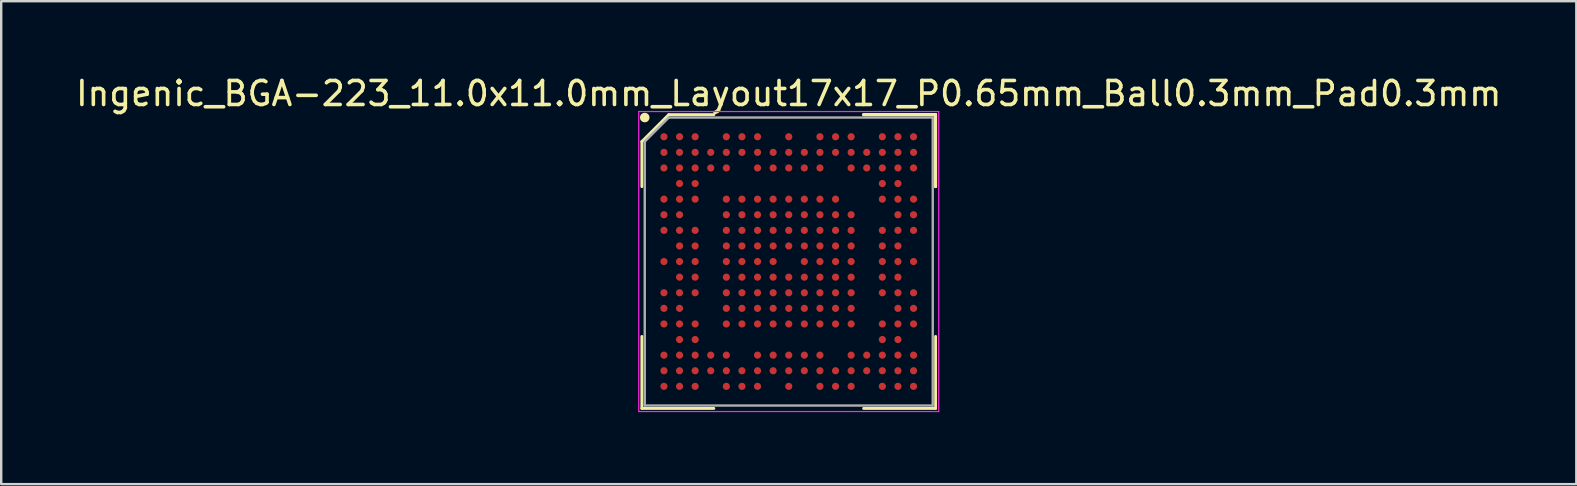
<source format=kicad_pcb>
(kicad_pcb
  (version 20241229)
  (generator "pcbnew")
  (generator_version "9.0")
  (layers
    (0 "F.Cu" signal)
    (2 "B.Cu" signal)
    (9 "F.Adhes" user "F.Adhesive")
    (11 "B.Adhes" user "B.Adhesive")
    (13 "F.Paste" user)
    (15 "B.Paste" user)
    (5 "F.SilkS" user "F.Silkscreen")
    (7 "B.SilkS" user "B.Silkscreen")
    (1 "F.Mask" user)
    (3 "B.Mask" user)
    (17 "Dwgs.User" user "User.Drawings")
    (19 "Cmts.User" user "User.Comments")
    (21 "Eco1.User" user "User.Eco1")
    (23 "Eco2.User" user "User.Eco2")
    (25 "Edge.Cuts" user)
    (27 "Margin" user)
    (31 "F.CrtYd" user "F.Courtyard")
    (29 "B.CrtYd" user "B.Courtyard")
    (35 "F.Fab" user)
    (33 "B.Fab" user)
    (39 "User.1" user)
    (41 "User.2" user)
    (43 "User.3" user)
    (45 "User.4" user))
  (footprint "Ingenic_BGA-223_11.0x11.0mm_Layout17x17_P0.65mm_Ball0.3mm_Pad0.3mm"
    (layer "F.Cu")
    (at 29.815 7.848)
    (property "Reference" "Ingenic_BGA-223_11.0x11.0mm_Layout17x17_P0.65mm_Ball0.3mm_Pad0.3mm" (at 0 -7 0) (layer "F.SilkS") (effects (font (size 1 1) (thickness 0.15))))
    (attr smd)
    (fp_line (start -6.12 -5) (end -6.12 -3.12) (stroke (width 0.12) (type solid)) (layer "F.SilkS"))
    (fp_line (start -6.12 6.12) (end -6.12 3.12) (stroke (width 0.12) (type solid)) (layer "F.SilkS"))
    (fp_line (start -5 -6.12) (end -6.12 -5) (stroke (width 0.12) (type solid)) (layer "F.SilkS"))
    (fp_line (start -3.12 -6.12) (end -5 -6.12) (stroke (width 0.12) (type solid)) (layer "F.SilkS"))
    (fp_line (start -3.12 6.12) (end -6.12 6.12) (stroke (width 0.12) (type solid)) (layer "F.SilkS"))
    (fp_line (start 3.12 -6.12) (end 6.12 -6.12) (stroke (width 0.12) (type solid)) (layer "F.SilkS"))
    (fp_line (start 3.12 -6.12) (end 6.12 -6.12) (stroke (width 0.12) (type solid)) (layer "F.SilkS"))
    (fp_line (start 3.12 -6.12) (end 6.12 -6.12) (stroke (width 0.12) (type solid)) (layer "F.SilkS"))
    (fp_line (start 3.12 6.12) (end 6.12 6.12) (stroke (width 0.12) (type solid)) (layer "F.SilkS"))
    (fp_line (start 6.12 -6.12) (end 6.12 -3.12) (stroke (width 0.12) (type solid)) (layer "F.SilkS"))
    (fp_line (start 6.12 -6.12) (end 6.12 -3.12) (stroke (width 0.12) (type solid)) (layer "F.SilkS"))
    (fp_line (start 6.12 -6.12) (end 6.12 -3.12) (stroke (width 0.12) (type solid)) (layer "F.SilkS"))
    (fp_line (start 6.12 6.12) (end 6.12 3.12) (stroke (width 0.12) (type solid)) (layer "F.SilkS"))
    (fp_circle (center -6 -6) (end -6 -5.9) (stroke (width 0.2) (type solid)) (fill no) (layer "F.SilkS"))
    (fp_line (start -6.25 -6.25) (end 6.25 -6.25) (stroke (width 0.05) (type solid)) (layer "F.CrtYd"))
    (fp_line (start -6.25 6.25) (end -6.25 -6.25) (stroke (width 0.05) (type solid)) (layer "F.CrtYd"))
    (fp_line (start 6.25 -6.25) (end 6.25 6.25) (stroke (width 0.05) (type solid)) (layer "F.CrtYd"))
    (fp_line (start 6.25 6.25) (end -6.25 6.25) (stroke (width 0.05) (type solid)) (layer "F.CrtYd"))
    (fp_line (start -6 -5) (end -6 6) (stroke (width 0.1) (type solid)) (layer "F.Fab"))
    (fp_line (start -6 6) (end 6 6) (stroke (width 0.1) (type solid)) (layer "F.Fab"))
    (fp_line (start -5 -6) (end -6 -5) (stroke (width 0.1) (type solid)) (layer "F.Fab"))
    (fp_line (start 6 -6) (end -5 -6) (stroke (width 0.1) (type solid)) (layer "F.Fab"))
    (fp_line (start 6 6) (end 6 -6) (stroke (width 0.1) (type solid)) (layer "F.Fab"))
    (pad "A1" smd circle (at -5.2 -5.2) (size 0.3 0.3) (layers "F.Cu" "F.Mask" "F.Paste"))
    (pad "A2" smd circle (at -4.55 -5.2) (size 0.3 0.3) (layers "F.Cu" "F.Mask" "F.Paste"))
    (pad "A3" smd circle (at -3.9 -5.2) (size 0.3 0.3) (layers "F.Cu" "F.Mask" "F.Paste"))
    (pad "A5" smd circle (at -2.6 -5.2) (size 0.3 0.3) (layers "F.Cu" "F.Mask" "F.Paste"))
    (pad "A6" smd circle (at -1.95 -5.2) (size 0.3 0.3) (layers "F.Cu" "F.Mask" "F.Paste"))
    (pad "A7" smd circle (at -1.3 -5.2) (size 0.3 0.3) (layers "F.Cu" "F.Mask" "F.Paste"))
    (pad "A9" smd circle (at 0 -5.2) (size 0.3 0.3) (layers "F.Cu" "F.Mask" "F.Paste"))
    (pad "A11" smd circle (at 1.3 -5.2) (size 0.3 0.3) (layers "F.Cu" "F.Mask" "F.Paste"))
    (pad "A12" smd circle (at 1.95 -5.2) (size 0.3 0.3) (layers "F.Cu" "F.Mask" "F.Paste"))
    (pad "A13" smd circle (at 2.6 -5.2) (size 0.3 0.3) (layers "F.Cu" "F.Mask" "F.Paste"))
    (pad "A15" smd circle (at 3.9 -5.2) (size 0.3 0.3) (layers "F.Cu" "F.Mask" "F.Paste"))
    (pad "A16" smd circle (at 4.55 -5.2) (size 0.3 0.3) (layers "F.Cu" "F.Mask" "F.Paste"))
    (pad "A17" smd circle (at 5.2 -5.2) (size 0.3 0.3) (layers "F.Cu" "F.Mask" "F.Paste"))
    (pad "B1" smd circle (at -5.2 -4.55) (size 0.3 0.3) (layers "F.Cu" "F.Mask" "F.Paste"))
    (pad "B2" smd circle (at -4.55 -4.55) (size 0.3 0.3) (layers "F.Cu" "F.Mask" "F.Paste"))
    (pad "B3" smd circle (at -3.9 -4.55) (size 0.3 0.3) (layers "F.Cu" "F.Mask" "F.Paste"))
    (pad "B4" smd circle (at -3.25 -4.55) (size 0.3 0.3) (layers "F.Cu" "F.Mask" "F.Paste"))
    (pad "B5" smd circle (at -2.6 -4.55) (size 0.3 0.3) (layers "F.Cu" "F.Mask" "F.Paste"))
    (pad "B6" smd circle (at -1.95 -4.55) (size 0.3 0.3) (layers "F.Cu" "F.Mask" "F.Paste"))
    (pad "B7" smd circle (at -1.3 -4.55) (size 0.3 0.3) (layers "F.Cu" "F.Mask" "F.Paste"))
    (pad "B8" smd circle (at -0.65 -4.55) (size 0.3 0.3) (layers "F.Cu" "F.Mask" "F.Paste"))
    (pad "B9" smd circle (at 0 -4.55) (size 0.3 0.3) (layers "F.Cu" "F.Mask" "F.Paste"))
    (pad "B10" smd circle (at 0.65 -4.55) (size 0.3 0.3) (layers "F.Cu" "F.Mask" "F.Paste"))
    (pad "B11" smd circle (at 1.3 -4.55) (size 0.3 0.3) (layers "F.Cu" "F.Mask" "F.Paste"))
    (pad "B12" smd circle (at 1.95 -4.55) (size 0.3 0.3) (layers "F.Cu" "F.Mask" "F.Paste"))
    (pad "B13" smd circle (at 2.6 -4.55) (size 0.3 0.3) (layers "F.Cu" "F.Mask" "F.Paste"))
    (pad "B14" smd circle (at 3.25 -4.55) (size 0.3 0.3) (layers "F.Cu" "F.Mask" "F.Paste"))
    (pad "B15" smd circle (at 3.9 -4.55) (size 0.3 0.3) (layers "F.Cu" "F.Mask" "F.Paste"))
    (pad "B16" smd circle (at 4.55 -4.55) (size 0.3 0.3) (layers "F.Cu" "F.Mask" "F.Paste"))
    (pad "B17" smd circle (at 5.2 -4.55) (size 0.3 0.3) (layers "F.Cu" "F.Mask" "F.Paste"))
    (pad "C1" smd circle (at -5.2 -3.9) (size 0.3 0.3) (layers "F.Cu" "F.Mask" "F.Paste"))
    (pad "C2" smd circle (at -4.55 -3.9) (size 0.3 0.3) (layers "F.Cu" "F.Mask" "F.Paste"))
    (pad "C3" smd circle (at -3.9 -3.9) (size 0.3 0.3) (layers "F.Cu" "F.Mask" "F.Paste"))
    (pad "C4" smd circle (at -3.25 -3.9) (size 0.3 0.3) (layers "F.Cu" "F.Mask" "F.Paste"))
    (pad "C5" smd circle (at -2.6 -3.9) (size 0.3 0.3) (layers "F.Cu" "F.Mask" "F.Paste"))
    (pad "C7" smd circle (at -1.3 -3.9) (size 0.3 0.3) (layers "F.Cu" "F.Mask" "F.Paste"))
    (pad "C8" smd circle (at -0.65 -3.9) (size 0.3 0.3) (layers "F.Cu" "F.Mask" "F.Paste"))
    (pad "C9" smd circle (at 0 -3.9) (size 0.3 0.3) (layers "F.Cu" "F.Mask" "F.Paste"))
    (pad "C10" smd circle (at 0.65 -3.9) (size 0.3 0.3) (layers "F.Cu" "F.Mask" "F.Paste"))
    (pad "C11" smd circle (at 1.3 -3.9) (size 0.3 0.3) (layers "F.Cu" "F.Mask" "F.Paste"))
    (pad "C13" smd circle (at 2.6 -3.9) (size 0.3 0.3) (layers "F.Cu" "F.Mask" "F.Paste"))
    (pad "C14" smd circle (at 3.25 -3.9) (size 0.3 0.3) (layers "F.Cu" "F.Mask" "F.Paste"))
    (pad "C15" smd circle (at 3.9 -3.9) (size 0.3 0.3) (layers "F.Cu" "F.Mask" "F.Paste"))
    (pad "C16" smd circle (at 4.55 -3.9) (size 0.3 0.3) (layers "F.Cu" "F.Mask" "F.Paste"))
    (pad "C17" smd circle (at 5.2 -3.9) (size 0.3 0.3) (layers "F.Cu" "F.Mask" "F.Paste"))
    (pad "D2" smd circle (at -4.55 -3.25) (size 0.3 0.3) (layers "F.Cu" "F.Mask" "F.Paste"))
    (pad "D3" smd circle (at -3.9 -3.25) (size 0.3 0.3) (layers "F.Cu" "F.Mask" "F.Paste"))
    (pad "D15" smd circle (at 3.9 -3.25) (size 0.3 0.3) (layers "F.Cu" "F.Mask" "F.Paste"))
    (pad "D16" smd circle (at 4.55 -3.25) (size 0.3 0.3) (layers "F.Cu" "F.Mask" "F.Paste"))
    (pad "E1" smd circle (at -5.2 -2.6) (size 0.3 0.3) (layers "F.Cu" "F.Mask" "F.Paste"))
    (pad "E2" smd circle (at -4.55 -2.6) (size 0.3 0.3) (layers "F.Cu" "F.Mask" "F.Paste"))
    (pad "E3" smd circle (at -3.9 -2.6) (size 0.3 0.3) (layers "F.Cu" "F.Mask" "F.Paste"))
    (pad "E5" smd circle (at -2.6 -2.6) (size 0.3 0.3) (layers "F.Cu" "F.Mask" "F.Paste"))
    (pad "E6" smd circle (at -1.95 -2.6) (size 0.3 0.3) (layers "F.Cu" "F.Mask" "F.Paste"))
    (pad "E7" smd circle (at -1.3 -2.6) (size 0.3 0.3) (layers "F.Cu" "F.Mask" "F.Paste"))
    (pad "E8" smd circle (at -0.65 -2.6) (size 0.3 0.3) (layers "F.Cu" "F.Mask" "F.Paste"))
    (pad "E9" smd circle (at 0 -2.6) (size 0.3 0.3) (layers "F.Cu" "F.Mask" "F.Paste"))
    (pad "E10" smd circle (at 0.65 -2.6) (size 0.3 0.3) (layers "F.Cu" "F.Mask" "F.Paste"))
    (pad "E11" smd circle (at 1.3 -2.6) (size 0.3 0.3) (layers "F.Cu" "F.Mask" "F.Paste"))
    (pad "E12" smd circle (at 1.95 -2.6) (size 0.3 0.3) (layers "F.Cu" "F.Mask" "F.Paste"))
    (pad "E15" smd circle (at 3.9 -2.6) (size 0.3 0.3) (layers "F.Cu" "F.Mask" "F.Paste"))
    (pad "E16" smd circle (at 4.55 -2.6) (size 0.3 0.3) (layers "F.Cu" "F.Mask" "F.Paste"))
    (pad "E17" smd circle (at 5.2 -2.6) (size 0.3 0.3) (layers "F.Cu" "F.Mask" "F.Paste"))
    (pad "F1" smd circle (at -5.2 -1.95) (size 0.3 0.3) (layers "F.Cu" "F.Mask" "F.Paste"))
    (pad "F2" smd circle (at -4.55 -1.95) (size 0.3 0.3) (layers "F.Cu" "F.Mask" "F.Paste"))
    (pad "F5" smd circle (at -2.6 -1.95) (size 0.3 0.3) (layers "F.Cu" "F.Mask" "F.Paste"))
    (pad "F6" smd circle (at -1.95 -1.95) (size 0.3 0.3) (layers "F.Cu" "F.Mask" "F.Paste"))
    (pad "F7" smd circle (at -1.3 -1.95) (size 0.3 0.3) (layers "F.Cu" "F.Mask" "F.Paste"))
    (pad "F8" smd circle (at -0.65 -1.95) (size 0.3 0.3) (layers "F.Cu" "F.Mask" "F.Paste"))
    (pad "F9" smd circle (at 0 -1.95) (size 0.3 0.3) (layers "F.Cu" "F.Mask" "F.Paste"))
    (pad "F10" smd circle (at 0.65 -1.95) (size 0.3 0.3) (layers "F.Cu" "F.Mask" "F.Paste"))
    (pad "F11" smd circle (at 1.3 -1.95) (size 0.3 0.3) (layers "F.Cu" "F.Mask" "F.Paste"))
    (pad "F12" smd circle (at 1.95 -1.95) (size 0.3 0.3) (layers "F.Cu" "F.Mask" "F.Paste"))
    (pad "F13" smd circle (at 2.6 -1.95) (size 0.3 0.3) (layers "F.Cu" "F.Mask" "F.Paste"))
    (pad "F16" smd circle (at 4.55 -1.95) (size 0.3 0.3) (layers "F.Cu" "F.Mask" "F.Paste"))
    (pad "F17" smd circle (at 5.2 -1.95) (size 0.3 0.3) (layers "F.Cu" "F.Mask" "F.Paste"))
    (pad "G1" smd circle (at -5.2 -1.3) (size 0.3 0.3) (layers "F.Cu" "F.Mask" "F.Paste"))
    (pad "G2" smd circle (at -4.55 -1.3) (size 0.3 0.3) (layers "F.Cu" "F.Mask" "F.Paste"))
    (pad "G3" smd circle (at -3.9 -1.3) (size 0.3 0.3) (layers "F.Cu" "F.Mask" "F.Paste"))
    (pad "G5" smd circle (at -2.6 -1.3) (size 0.3 0.3) (layers "F.Cu" "F.Mask" "F.Paste"))
    (pad "G6" smd circle (at -1.95 -1.3) (size 0.3 0.3) (layers "F.Cu" "F.Mask" "F.Paste"))
    (pad "G7" smd circle (at -1.3 -1.3) (size 0.3 0.3) (layers "F.Cu" "F.Mask" "F.Paste"))
    (pad "G8" smd circle (at -0.65 -1.3) (size 0.3 0.3) (layers "F.Cu" "F.Mask" "F.Paste"))
    (pad "G9" smd circle (at 0 -1.3) (size 0.3 0.3) (layers "F.Cu" "F.Mask" "F.Paste"))
    (pad "G10" smd circle (at 0.65 -1.3) (size 0.3 0.3) (layers "F.Cu" "F.Mask" "F.Paste"))
    (pad "G11" smd circle (at 1.3 -1.3) (size 0.3 0.3) (layers "F.Cu" "F.Mask" "F.Paste"))
    (pad "G12" smd circle (at 1.95 -1.3) (size 0.3 0.3) (layers "F.Cu" "F.Mask" "F.Paste"))
    (pad "G13" smd circle (at 2.6 -1.3) (size 0.3 0.3) (layers "F.Cu" "F.Mask" "F.Paste"))
    (pad "G15" smd circle (at 3.9 -1.3) (size 0.3 0.3) (layers "F.Cu" "F.Mask" "F.Paste"))
    (pad "G16" smd circle (at 4.55 -1.3) (size 0.3 0.3) (layers "F.Cu" "F.Mask" "F.Paste"))
    (pad "G17" smd circle (at 5.2 -1.3) (size 0.3 0.3) (layers "F.Cu" "F.Mask" "F.Paste"))
    (pad "H2" smd circle (at -4.55 -0.65) (size 0.3 0.3) (layers "F.Cu" "F.Mask" "F.Paste"))
    (pad "H3" smd circle (at -3.9 -0.65) (size 0.3 0.3) (layers "F.Cu" "F.Mask" "F.Paste"))
    (pad "H5" smd circle (at -2.6 -0.65) (size 0.3 0.3) (layers "F.Cu" "F.Mask" "F.Paste"))
    (pad "H6" smd circle (at -1.95 -0.65) (size 0.3 0.3) (layers "F.Cu" "F.Mask" "F.Paste"))
    (pad "H7" smd circle (at -1.3 -0.65) (size 0.3 0.3) (layers "F.Cu" "F.Mask" "F.Paste"))
    (pad "H8" smd circle (at -0.65 -0.65) (size 0.3 0.3) (layers "F.Cu" "F.Mask" "F.Paste"))
    (pad "H9" smd circle (at 0 -0.65) (size 0.3 0.3) (layers "F.Cu" "F.Mask" "F.Paste"))
    (pad "H10" smd circle (at 0.65 -0.65) (size 0.3 0.3) (layers "F.Cu" "F.Mask" "F.Paste"))
    (pad "H11" smd circle (at 1.3 -0.65) (size 0.3 0.3) (layers "F.Cu" "F.Mask" "F.Paste"))
    (pad "H12" smd circle (at 1.95 -0.65) (size 0.3 0.3) (layers "F.Cu" "F.Mask" "F.Paste"))
    (pad "H13" smd circle (at 2.6 -0.65) (size 0.3 0.3) (layers "F.Cu" "F.Mask" "F.Paste"))
    (pad "H15" smd circle (at 3.9 -0.65) (size 0.3 0.3) (layers "F.Cu" "F.Mask" "F.Paste"))
    (pad "H16" smd circle (at 4.55 -0.65) (size 0.3 0.3) (layers "F.Cu" "F.Mask" "F.Paste"))
    (pad "J1" smd circle (at -5.2 0) (size 0.3 0.3) (layers "F.Cu" "F.Mask" "F.Paste"))
    (pad "J2" smd circle (at -4.55 0) (size 0.3 0.3) (layers "F.Cu" "F.Mask" "F.Paste"))
    (pad "J3" smd circle (at -3.9 0) (size 0.3 0.3) (layers "F.Cu" "F.Mask" "F.Paste"))
    (pad "J5" smd circle (at -2.6 0) (size 0.3 0.3) (layers "F.Cu" "F.Mask" "F.Paste"))
    (pad "J6" smd circle (at -1.95 0) (size 0.3 0.3) (layers "F.Cu" "F.Mask" "F.Paste"))
    (pad "J7" smd circle (at -1.3 0) (size 0.3 0.3) (layers "F.Cu" "F.Mask" "F.Paste"))
    (pad "J8" smd circle (at -0.65 0) (size 0.3 0.3) (layers "F.Cu" "F.Mask" "F.Paste"))
    (pad "J10" smd circle (at 0.65 0) (size 0.3 0.3) (layers "F.Cu" "F.Mask" "F.Paste"))
    (pad "J11" smd circle (at 1.3 0) (size 0.3 0.3) (layers "F.Cu" "F.Mask" "F.Paste"))
    (pad "J12" smd circle (at 1.95 0) (size 0.3 0.3) (layers "F.Cu" "F.Mask" "F.Paste"))
    (pad "J13" smd circle (at 2.6 0) (size 0.3 0.3) (layers "F.Cu" "F.Mask" "F.Paste"))
    (pad "J15" smd circle (at 3.9 0) (size 0.3 0.3) (layers "F.Cu" "F.Mask" "F.Paste"))
    (pad "J16" smd circle (at 4.55 0) (size 0.3 0.3) (layers "F.Cu" "F.Mask" "F.Paste"))
    (pad "J17" smd circle (at 5.2 0) (size 0.3 0.3) (layers "F.Cu" "F.Mask" "F.Paste"))
    (pad "K2" smd circle (at -4.55 0.65) (size 0.3 0.3) (layers "F.Cu" "F.Mask" "F.Paste"))
    (pad "K3" smd circle (at -3.9 0.65) (size 0.3 0.3) (layers "F.Cu" "F.Mask" "F.Paste"))
    (pad "K5" smd circle (at -2.6 0.65) (size 0.3 0.3) (layers "F.Cu" "F.Mask" "F.Paste"))
    (pad "K6" smd circle (at -1.95 0.65) (size 0.3 0.3) (layers "F.Cu" "F.Mask" "F.Paste"))
    (pad "K7" smd circle (at -1.3 0.65) (size 0.3 0.3) (layers "F.Cu" "F.Mask" "F.Paste"))
    (pad "K8" smd circle (at -0.65 0.65) (size 0.3 0.3) (layers "F.Cu" "F.Mask" "F.Paste"))
    (pad "K9" smd circle (at 0 0.65) (size 0.3 0.3) (layers "F.Cu" "F.Mask" "F.Paste"))
    (pad "K10" smd circle (at 0.65 0.65) (size 0.3 0.3) (layers "F.Cu" "F.Mask" "F.Paste"))
    (pad "K11" smd circle (at 1.3 0.65) (size 0.3 0.3) (layers "F.Cu" "F.Mask" "F.Paste"))
    (pad "K12" smd circle (at 1.95 0.65) (size 0.3 0.3) (layers "F.Cu" "F.Mask" "F.Paste"))
    (pad "K13" smd circle (at 2.6 0.65) (size 0.3 0.3) (layers "F.Cu" "F.Mask" "F.Paste"))
    (pad "K15" smd circle (at 3.9 0.65) (size 0.3 0.3) (layers "F.Cu" "F.Mask" "F.Paste"))
    (pad "K16" smd circle (at 4.55 0.65) (size 0.3 0.3) (layers "F.Cu" "F.Mask" "F.Paste"))
    (pad "L1" smd circle (at -5.2 1.3) (size 0.3 0.3) (layers "F.Cu" "F.Mask" "F.Paste"))
    (pad "L2" smd circle (at -4.55 1.3) (size 0.3 0.3) (layers "F.Cu" "F.Mask" "F.Paste"))
    (pad "L3" smd circle (at -3.9 1.3) (size 0.3 0.3) (layers "F.Cu" "F.Mask" "F.Paste"))
    (pad "L5" smd circle (at -2.6 1.3) (size 0.3 0.3) (layers "F.Cu" "F.Mask" "F.Paste"))
    (pad "L6" smd circle (at -1.95 1.3) (size 0.3 0.3) (layers "F.Cu" "F.Mask" "F.Paste"))
    (pad "L7" smd circle (at -1.3 1.3) (size 0.3 0.3) (layers "F.Cu" "F.Mask" "F.Paste"))
    (pad "L8" smd circle (at -0.65 1.3) (size 0.3 0.3) (layers "F.Cu" "F.Mask" "F.Paste"))
    (pad "L9" smd circle (at 0 1.3) (size 0.3 0.3) (layers "F.Cu" "F.Mask" "F.Paste"))
    (pad "L10" smd circle (at 0.65 1.3) (size 0.3 0.3) (layers "F.Cu" "F.Mask" "F.Paste"))
    (pad "L11" smd circle (at 1.3 1.3) (size 0.3 0.3) (layers "F.Cu" "F.Mask" "F.Paste"))
    (pad "L12" smd circle (at 1.95 1.3) (size 0.3 0.3) (layers "F.Cu" "F.Mask" "F.Paste"))
    (pad "L13" smd circle (at 2.6 1.3) (size 0.3 0.3) (layers "F.Cu" "F.Mask" "F.Paste"))
    (pad "L15" smd circle (at 3.9 1.3) (size 0.3 0.3) (layers "F.Cu" "F.Mask" "F.Paste"))
    (pad "L16" smd circle (at 4.55 1.3) (size 0.3 0.3) (layers "F.Cu" "F.Mask" "F.Paste"))
    (pad "L17" smd circle (at 5.2 1.3) (size 0.3 0.3) (layers "F.Cu" "F.Mask" "F.Paste"))
    (pad "M1" smd circle (at -5.2 1.95) (size 0.3 0.3) (layers "F.Cu" "F.Mask" "F.Paste"))
    (pad "M2" smd circle (at -4.55 1.95) (size 0.3 0.3) (layers "F.Cu" "F.Mask" "F.Paste"))
    (pad "M5" smd circle (at -2.6 1.95) (size 0.3 0.3) (layers "F.Cu" "F.Mask" "F.Paste"))
    (pad "M6" smd circle (at -1.95 1.95) (size 0.3 0.3) (layers "F.Cu" "F.Mask" "F.Paste"))
    (pad "M7" smd circle (at -1.3 1.95) (size 0.3 0.3) (layers "F.Cu" "F.Mask" "F.Paste"))
    (pad "M8" smd circle (at -0.65 1.95) (size 0.3 0.3) (layers "F.Cu" "F.Mask" "F.Paste"))
    (pad "M9" smd circle (at 0 1.95) (size 0.3 0.3) (layers "F.Cu" "F.Mask" "F.Paste"))
    (pad "M10" smd circle (at 0.65 1.95) (size 0.3 0.3) (layers "F.Cu" "F.Mask" "F.Paste"))
    (pad "M11" smd circle (at 1.3 1.95) (size 0.3 0.3) (layers "F.Cu" "F.Mask" "F.Paste"))
    (pad "M12" smd circle (at 1.95 1.95) (size 0.3 0.3) (layers "F.Cu" "F.Mask" "F.Paste"))
    (pad "M13" smd circle (at 2.6 1.95) (size 0.3 0.3) (layers "F.Cu" "F.Mask" "F.Paste"))
    (pad "M16" smd circle (at 4.55 1.95) (size 0.3 0.3) (layers "F.Cu" "F.Mask" "F.Paste"))
    (pad "M17" smd circle (at 5.2 1.95) (size 0.3 0.3) (layers "F.Cu" "F.Mask" "F.Paste"))
    (pad "N1" smd circle (at -5.2 2.6) (size 0.3 0.3) (layers "F.Cu" "F.Mask" "F.Paste"))
    (pad "N2" smd circle (at -4.55 2.6) (size 0.3 0.3) (layers "F.Cu" "F.Mask" "F.Paste"))
    (pad "N3" smd circle (at -3.9 2.6) (size 0.3 0.3) (layers "F.Cu" "F.Mask" "F.Paste"))
    (pad "N5" smd circle (at -2.6 2.6) (size 0.3 0.3) (layers "F.Cu" "F.Mask" "F.Paste"))
    (pad "N6" smd circle (at -1.95 2.6) (size 0.3 0.3) (layers "F.Cu" "F.Mask" "F.Paste"))
    (pad "N7" smd circle (at -1.3 2.6) (size 0.3 0.3) (layers "F.Cu" "F.Mask" "F.Paste"))
    (pad "N8" smd circle (at -0.65 2.6) (size 0.3 0.3) (layers "F.Cu" "F.Mask" "F.Paste"))
    (pad "N9" smd circle (at 0 2.6) (size 0.3 0.3) (layers "F.Cu" "F.Mask" "F.Paste"))
    (pad "N10" smd circle (at 0.65 2.6) (size 0.3 0.3) (layers "F.Cu" "F.Mask" "F.Paste"))
    (pad "N11" smd circle (at 1.3 2.6) (size 0.3 0.3) (layers "F.Cu" "F.Mask" "F.Paste"))
    (pad "N12" smd circle (at 1.95 2.6) (size 0.3 0.3) (layers "F.Cu" "F.Mask" "F.Paste"))
    (pad "N13" smd circle (at 2.6 2.6) (size 0.3 0.3) (layers "F.Cu" "F.Mask" "F.Paste"))
    (pad "N15" smd circle (at 3.9 2.6) (size 0.3 0.3) (layers "F.Cu" "F.Mask" "F.Paste"))
    (pad "N16" smd circle (at 4.55 2.6) (size 0.3 0.3) (layers "F.Cu" "F.Mask" "F.Paste"))
    (pad "N17" smd circle (at 5.2 2.6) (size 0.3 0.3) (layers "F.Cu" "F.Mask" "F.Paste"))
    (pad "P2" smd circle (at -4.55 3.25) (size 0.3 0.3) (layers "F.Cu" "F.Mask" "F.Paste"))
    (pad "P3" smd circle (at -3.9 3.25) (size 0.3 0.3) (layers "F.Cu" "F.Mask" "F.Paste"))
    (pad "P15" smd circle (at 3.9 3.25) (size 0.3 0.3) (layers "F.Cu" "F.Mask" "F.Paste"))
    (pad "P16" smd circle (at 4.55 3.25) (size 0.3 0.3) (layers "F.Cu" "F.Mask" "F.Paste"))
    (pad "R1" smd circle (at -5.2 3.9) (size 0.3 0.3) (layers "F.Cu" "F.Mask" "F.Paste"))
    (pad "R2" smd circle (at -4.55 3.9) (size 0.3 0.3) (layers "F.Cu" "F.Mask" "F.Paste"))
    (pad "R3" smd circle (at -3.9 3.9) (size 0.3 0.3) (layers "F.Cu" "F.Mask" "F.Paste"))
    (pad "R4" smd circle (at -3.25 3.9) (size 0.3 0.3) (layers "F.Cu" "F.Mask" "F.Paste"))
    (pad "R5" smd circle (at -2.6 3.9) (size 0.3 0.3) (layers "F.Cu" "F.Mask" "F.Paste"))
    (pad "R7" smd circle (at -1.3 3.9) (size 0.3 0.3) (layers "F.Cu" "F.Mask" "F.Paste"))
    (pad "R8" smd circle (at -0.65 3.9) (size 0.3 0.3) (layers "F.Cu" "F.Mask" "F.Paste"))
    (pad "R9" smd circle (at 0 3.9) (size 0.3 0.3) (layers "F.Cu" "F.Mask" "F.Paste"))
    (pad "R10" smd circle (at 0.65 3.9) (size 0.3 0.3) (layers "F.Cu" "F.Mask" "F.Paste"))
    (pad "R11" smd circle (at 1.3 3.9) (size 0.3 0.3) (layers "F.Cu" "F.Mask" "F.Paste"))
    (pad "R13" smd circle (at 2.6 3.9) (size 0.3 0.3) (layers "F.Cu" "F.Mask" "F.Paste"))
    (pad "R14" smd circle (at 3.25 3.9) (size 0.3 0.3) (layers "F.Cu" "F.Mask" "F.Paste"))
    (pad "R15" smd circle (at 3.9 3.9) (size 0.3 0.3) (layers "F.Cu" "F.Mask" "F.Paste"))
    (pad "R16" smd circle (at 4.55 3.9) (size 0.3 0.3) (layers "F.Cu" "F.Mask" "F.Paste"))
    (pad "R17" smd circle (at 5.2 3.9) (size 0.3 0.3) (layers "F.Cu" "F.Mask" "F.Paste"))
    (pad "T1" smd circle (at -5.2 4.55) (size 0.3 0.3) (layers "F.Cu" "F.Mask" "F.Paste"))
    (pad "T2" smd circle (at -4.55 4.55) (size 0.3 0.3) (layers "F.Cu" "F.Mask" "F.Paste"))
    (pad "T3" smd circle (at -3.9 4.55) (size 0.3 0.3) (layers "F.Cu" "F.Mask" "F.Paste"))
    (pad "T4" smd circle (at -3.25 4.55) (size 0.3 0.3) (layers "F.Cu" "F.Mask" "F.Paste"))
    (pad "T5" smd circle (at -2.6 4.55) (size 0.3 0.3) (layers "F.Cu" "F.Mask" "F.Paste"))
    (pad "T6" smd circle (at -1.95 4.55) (size 0.3 0.3) (layers "F.Cu" "F.Mask" "F.Paste"))
    (pad "T7" smd circle (at -1.3 4.55) (size 0.3 0.3) (layers "F.Cu" "F.Mask" "F.Paste"))
    (pad "T8" smd circle (at -0.65 4.55) (size 0.3 0.3) (layers "F.Cu" "F.Mask" "F.Paste"))
    (pad "T9" smd circle (at 0 4.55) (size 0.3 0.3) (layers "F.Cu" "F.Mask" "F.Paste"))
    (pad "T10" smd circle (at 0.65 4.55) (size 0.3 0.3) (layers "F.Cu" "F.Mask" "F.Paste"))
    (pad "T11" smd circle (at 1.3 4.55) (size 0.3 0.3) (layers "F.Cu" "F.Mask" "F.Paste"))
    (pad "T12" smd circle (at 1.95 4.55) (size 0.3 0.3) (layers "F.Cu" "F.Mask" "F.Paste"))
    (pad "T13" smd circle (at 2.6 4.55) (size 0.3 0.3) (layers "F.Cu" "F.Mask" "F.Paste"))
    (pad "T14" smd circle (at 3.25 4.55) (size 0.3 0.3) (layers "F.Cu" "F.Mask" "F.Paste"))
    (pad "T15" smd circle (at 3.9 4.55) (size 0.3 0.3) (layers "F.Cu" "F.Mask" "F.Paste"))
    (pad "T16" smd circle (at 4.55 4.55) (size 0.3 0.3) (layers "F.Cu" "F.Mask" "F.Paste"))
    (pad "T17" smd circle (at 5.2 4.55) (size 0.3 0.3) (layers "F.Cu" "F.Mask" "F.Paste"))
    (pad "U1" smd circle (at -5.2 5.2) (size 0.3 0.3) (layers "F.Cu" "F.Mask" "F.Paste"))
    (pad "U2" smd circle (at -4.55 5.2) (size 0.3 0.3) (layers "F.Cu" "F.Mask" "F.Paste"))
    (pad "U3" smd circle (at -3.9 5.2) (size 0.3 0.3) (layers "F.Cu" "F.Mask" "F.Paste"))
    (pad "U5" smd circle (at -2.6 5.2) (size 0.3 0.3) (layers "F.Cu" "F.Mask" "F.Paste"))
    (pad "U6" smd circle (at -1.95 5.2) (size 0.3 0.3) (layers "F.Cu" "F.Mask" "F.Paste"))
    (pad "U7" smd circle (at -1.3 5.2) (size 0.3 0.3) (layers "F.Cu" "F.Mask" "F.Paste"))
    (pad "U9" smd circle (at 0 5.2) (size 0.3 0.3) (layers "F.Cu" "F.Mask" "F.Paste"))
    (pad "U11" smd circle (at 1.3 5.2) (size 0.3 0.3) (layers "F.Cu" "F.Mask" "F.Paste"))
    (pad "U12" smd circle (at 1.95 5.2) (size 0.3 0.3) (layers "F.Cu" "F.Mask" "F.Paste"))
    (pad "U13" smd circle (at 2.6 5.2) (size 0.3 0.3) (layers "F.Cu" "F.Mask" "F.Paste"))
    (pad "U15" smd circle (at 3.9 5.2) (size 0.3 0.3) (layers "F.Cu" "F.Mask" "F.Paste"))
    (pad "U16" smd circle (at 4.55 5.2) (size 0.3 0.3) (layers "F.Cu" "F.Mask" "F.Paste"))
    (pad "U17" smd circle (at 5.2 5.2) (size 0.3 0.3) (layers "F.Cu" "F.Mask" "F.Paste")))
  (gr_rect
    (start -3 -3)
    (end 62.631 17.123)
    (stroke (width 0.1) (type default))
    (fill no)
    (layer "Edge.Cuts")))
</source>
